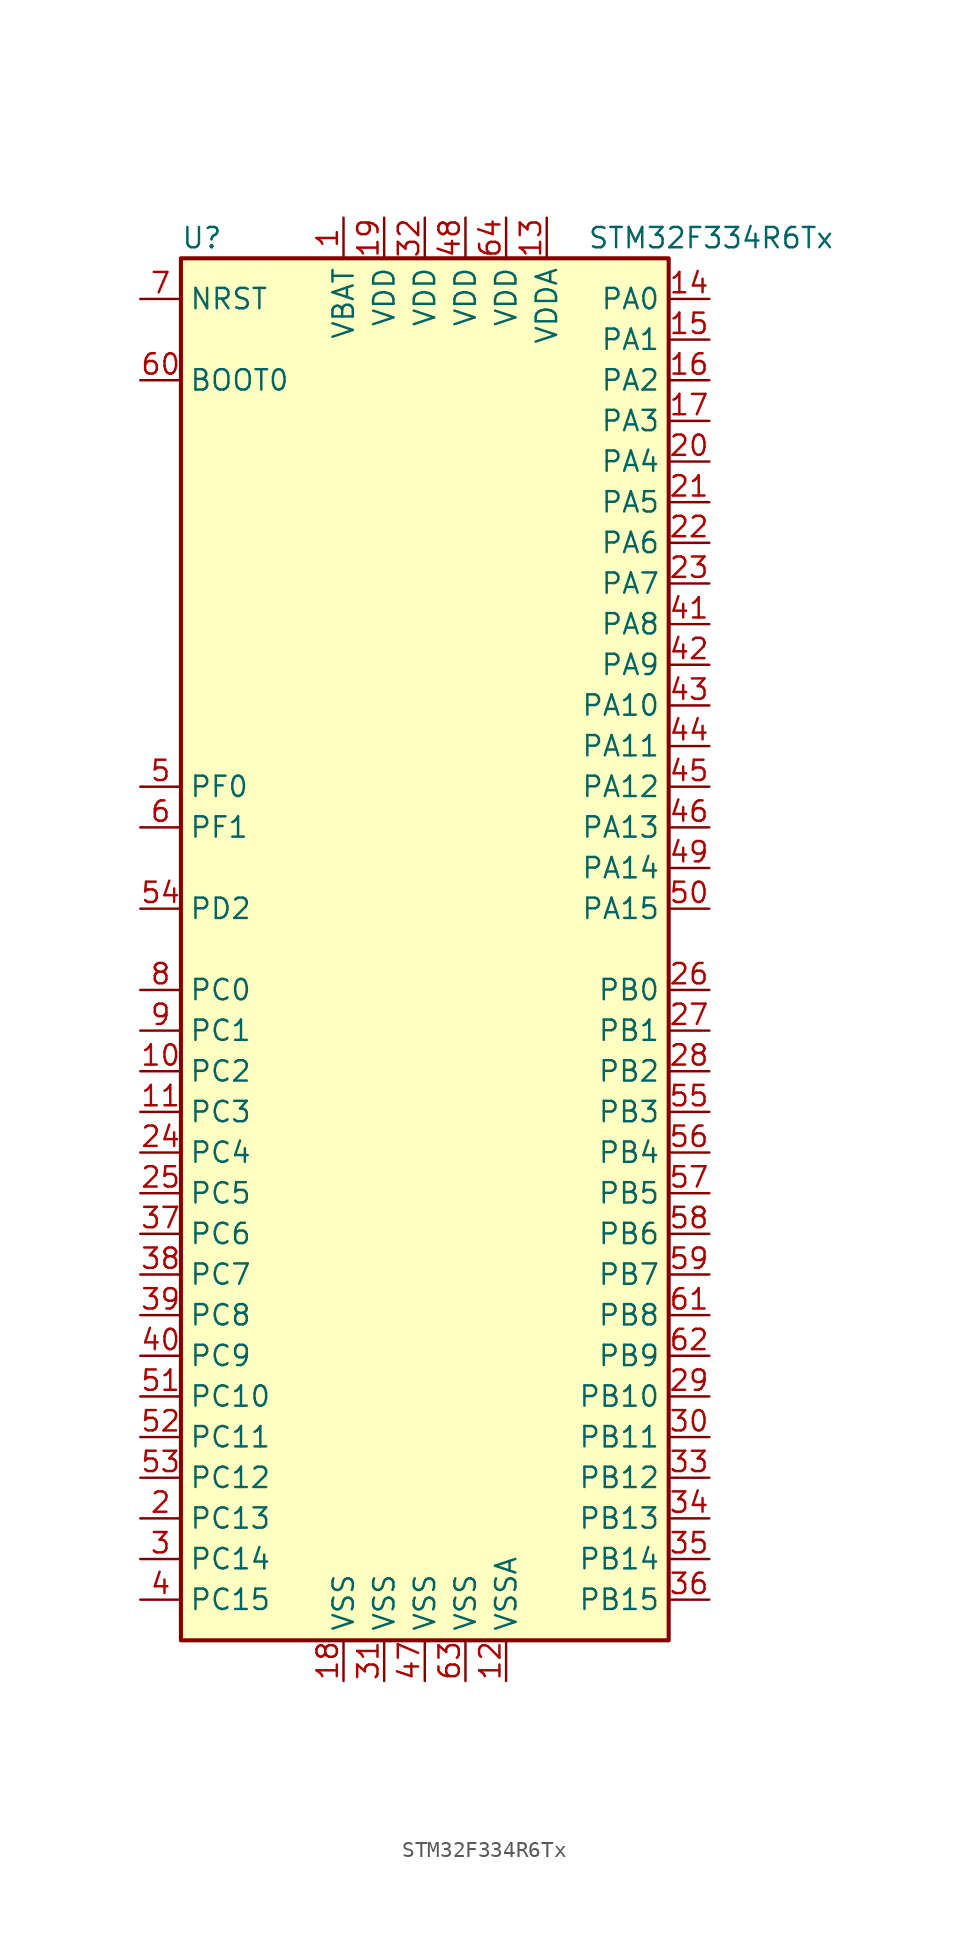
<source format=kicad_sym>
(kicad_symbol_lib
  (version 20201005)
  (generator kicad_symbol_editor)
  (symbol "STM32F334R6Tx"
    (property "Reference" "U"
      (at -15.24 44.45 0)
      (effects (font (size 1.27 1.27)) (justify left)))
    (property "Value" "STM32F334R6Tx"
      (at 10.16 44.45 0)
      (effects (font (size 1.27 1.27)) (justify left)))
    (symbol "STM32F334R6Tx_0_1"
      (rectangle (start -15.24 -43.18) (end 15.24 43.18) (stroke (width 0.254)) (fill (type background))))
    (symbol "STM32F334R6Tx_1_1"
      (pin input line (at -17.78 35.56 0) (length 2.54) (name "BOOT0" (effects (font (size 1.27 1.27)))) (number "60" (effects (font (size 1.27 1.27)))))
      (pin input line (at -17.78 40.64 0) (length 2.54) (name "NRST" (effects (font (size 1.27 1.27)))) (number "7" (effects (font (size 1.27 1.27)))))
      (pin bidirectional line (at 17.78 40.64 180) (length 2.54) (name "PA0" (effects (font (size 1.27 1.27)))) (number "14" (effects (font (size 1.27 1.27)))))
      (pin bidirectional line (at 17.78 38.1 180) (length 2.54) (name "PA1" (effects (font (size 1.27 1.27)))) (number "15" (effects (font (size 1.27 1.27)))))
      (pin bidirectional line (at 17.78 15.24 180) (length 2.54) (name "PA10" (effects (font (size 1.27 1.27)))) (number "43" (effects (font (size 1.27 1.27)))))
      (pin bidirectional line (at 17.78 12.7 180) (length 2.54) (name "PA11" (effects (font (size 1.27 1.27)))) (number "44" (effects (font (size 1.27 1.27)))))
      (pin bidirectional line (at 17.78 10.16 180) (length 2.54) (name "PA12" (effects (font (size 1.27 1.27)))) (number "45" (effects (font (size 1.27 1.27)))))
      (pin bidirectional line (at 17.78 7.62 180) (length 2.54) (name "PA13" (effects (font (size 1.27 1.27)))) (number "46" (effects (font (size 1.27 1.27)))))
      (pin bidirectional line (at 17.78 5.08 180) (length 2.54) (name "PA14" (effects (font (size 1.27 1.27)))) (number "49" (effects (font (size 1.27 1.27)))))
      (pin bidirectional line (at 17.78 2.54 180) (length 2.54) (name "PA15" (effects (font (size 1.27 1.27)))) (number "50" (effects (font (size 1.27 1.27)))))
      (pin bidirectional line (at 17.78 35.56 180) (length 2.54) (name "PA2" (effects (font (size 1.27 1.27)))) (number "16" (effects (font (size 1.27 1.27)))))
      (pin bidirectional line (at 17.78 33.02 180) (length 2.54) (name "PA3" (effects (font (size 1.27 1.27)))) (number "17" (effects (font (size 1.27 1.27)))))
      (pin bidirectional line (at 17.78 30.48 180) (length 2.54) (name "PA4" (effects (font (size 1.27 1.27)))) (number "20" (effects (font (size 1.27 1.27)))))
      (pin bidirectional line (at 17.78 27.94 180) (length 2.54) (name "PA5" (effects (font (size 1.27 1.27)))) (number "21" (effects (font (size 1.27 1.27)))))
      (pin bidirectional line (at 17.78 25.4 180) (length 2.54) (name "PA6" (effects (font (size 1.27 1.27)))) (number "22" (effects (font (size 1.27 1.27)))))
      (pin bidirectional line (at 17.78 22.86 180) (length 2.54) (name "PA7" (effects (font (size 1.27 1.27)))) (number "23" (effects (font (size 1.27 1.27)))))
      (pin bidirectional line (at 17.78 20.32 180) (length 2.54) (name "PA8" (effects (font (size 1.27 1.27)))) (number "41" (effects (font (size 1.27 1.27)))))
      (pin bidirectional line (at 17.78 17.78 180) (length 2.54) (name "PA9" (effects (font (size 1.27 1.27)))) (number "42" (effects (font (size 1.27 1.27)))))
      (pin bidirectional line (at 17.78 -2.54 180) (length 2.54) (name "PB0" (effects (font (size 1.27 1.27)))) (number "26" (effects (font (size 1.27 1.27)))))
      (pin bidirectional line (at 17.78 -5.08 180) (length 2.54) (name "PB1" (effects (font (size 1.27 1.27)))) (number "27" (effects (font (size 1.27 1.27)))))
      (pin bidirectional line (at 17.78 -27.94 180) (length 2.54) (name "PB10" (effects (font (size 1.27 1.27)))) (number "29" (effects (font (size 1.27 1.27)))))
      (pin bidirectional line (at 17.78 -30.48 180) (length 2.54) (name "PB11" (effects (font (size 1.27 1.27)))) (number "30" (effects (font (size 1.27 1.27)))))
      (pin bidirectional line (at 17.78 -33.02 180) (length 2.54) (name "PB12" (effects (font (size 1.27 1.27)))) (number "33" (effects (font (size 1.27 1.27)))))
      (pin bidirectional line (at 17.78 -35.56 180) (length 2.54) (name "PB13" (effects (font (size 1.27 1.27)))) (number "34" (effects (font (size 1.27 1.27)))))
      (pin bidirectional line (at 17.78 -38.1 180) (length 2.54) (name "PB14" (effects (font (size 1.27 1.27)))) (number "35" (effects (font (size 1.27 1.27)))))
      (pin bidirectional line (at 17.78 -40.64 180) (length 2.54) (name "PB15" (effects (font (size 1.27 1.27)))) (number "36" (effects (font (size 1.27 1.27)))))
      (pin bidirectional line (at 17.78 -7.62 180) (length 2.54) (name "PB2" (effects (font (size 1.27 1.27)))) (number "28" (effects (font (size 1.27 1.27)))))
      (pin bidirectional line (at 17.78 -10.16 180) (length 2.54) (name "PB3" (effects (font (size 1.27 1.27)))) (number "55" (effects (font (size 1.27 1.27)))))
      (pin bidirectional line (at 17.78 -12.7 180) (length 2.54) (name "PB4" (effects (font (size 1.27 1.27)))) (number "56" (effects (font (size 1.27 1.27)))))
      (pin bidirectional line (at 17.78 -15.24 180) (length 2.54) (name "PB5" (effects (font (size 1.27 1.27)))) (number "57" (effects (font (size 1.27 1.27)))))
      (pin bidirectional line (at 17.78 -17.78 180) (length 2.54) (name "PB6" (effects (font (size 1.27 1.27)))) (number "58" (effects (font (size 1.27 1.27)))))
      (pin bidirectional line (at 17.78 -20.32 180) (length 2.54) (name "PB7" (effects (font (size 1.27 1.27)))) (number "59" (effects (font (size 1.27 1.27)))))
      (pin bidirectional line (at 17.78 -22.86 180) (length 2.54) (name "PB8" (effects (font (size 1.27 1.27)))) (number "61" (effects (font (size 1.27 1.27)))))
      (pin bidirectional line (at 17.78 -25.4 180) (length 2.54) (name "PB9" (effects (font (size 1.27 1.27)))) (number "62" (effects (font (size 1.27 1.27)))))
      (pin bidirectional line (at -17.78 -2.54 0) (length 2.54) (name "PC0" (effects (font (size 1.27 1.27)))) (number "8" (effects (font (size 1.27 1.27)))))
      (pin bidirectional line (at -17.78 -5.08 0) (length 2.54) (name "PC1" (effects (font (size 1.27 1.27)))) (number "9" (effects (font (size 1.27 1.27)))))
      (pin bidirectional line (at -17.78 -27.94 0) (length 2.54) (name "PC10" (effects (font (size 1.27 1.27)))) (number "51" (effects (font (size 1.27 1.27)))))
      (pin bidirectional line (at -17.78 -30.48 0) (length 2.54) (name "PC11" (effects (font (size 1.27 1.27)))) (number "52" (effects (font (size 1.27 1.27)))))
      (pin bidirectional line (at -17.78 -33.02 0) (length 2.54) (name "PC12" (effects (font (size 1.27 1.27)))) (number "53" (effects (font (size 1.27 1.27)))))
      (pin bidirectional line (at -17.78 -35.56 0) (length 2.54) (name "PC13" (effects (font (size 1.27 1.27)))) (number "2" (effects (font (size 1.27 1.27)))))
      (pin bidirectional line (at -17.78 -38.1 0) (length 2.54) (name "PC14" (effects (font (size 1.27 1.27)))) (number "3" (effects (font (size 1.27 1.27)))))
      (pin bidirectional line (at -17.78 -40.64 0) (length 2.54) (name "PC15" (effects (font (size 1.27 1.27)))) (number "4" (effects (font (size 1.27 1.27)))))
      (pin bidirectional line (at -17.78 -7.62 0) (length 2.54) (name "PC2" (effects (font (size 1.27 1.27)))) (number "10" (effects (font (size 1.27 1.27)))))
      (pin bidirectional line (at -17.78 -10.16 0) (length 2.54) (name "PC3" (effects (font (size 1.27 1.27)))) (number "11" (effects (font (size 1.27 1.27)))))
      (pin bidirectional line (at -17.78 -12.7 0) (length 2.54) (name "PC4" (effects (font (size 1.27 1.27)))) (number "24" (effects (font (size 1.27 1.27)))))
      (pin bidirectional line (at -17.78 -15.24 0) (length 2.54) (name "PC5" (effects (font (size 1.27 1.27)))) (number "25" (effects (font (size 1.27 1.27)))))
      (pin bidirectional line (at -17.78 -17.78 0) (length 2.54) (name "PC6" (effects (font (size 1.27 1.27)))) (number "37" (effects (font (size 1.27 1.27)))))
      (pin bidirectional line (at -17.78 -20.32 0) (length 2.54) (name "PC7" (effects (font (size 1.27 1.27)))) (number "38" (effects (font (size 1.27 1.27)))))
      (pin bidirectional line (at -17.78 -22.86 0) (length 2.54) (name "PC8" (effects (font (size 1.27 1.27)))) (number "39" (effects (font (size 1.27 1.27)))))
      (pin bidirectional line (at -17.78 -25.4 0) (length 2.54) (name "PC9" (effects (font (size 1.27 1.27)))) (number "40" (effects (font (size 1.27 1.27)))))
      (pin bidirectional line (at -17.78 2.54 0) (length 2.54) (name "PD2" (effects (font (size 1.27 1.27)))) (number "54" (effects (font (size 1.27 1.27)))))
      (pin input line (at -17.78 10.16 0) (length 2.54) (name "PF0" (effects (font (size 1.27 1.27)))) (number "5" (effects (font (size 1.27 1.27)))))
      (pin input line (at -17.78 7.62 0) (length 2.54) (name "PF1" (effects (font (size 1.27 1.27)))) (number "6" (effects (font (size 1.27 1.27)))))
      (pin power_in line (at -5.08 45.72 270) (length 2.54) (name "VBAT" (effects (font (size 1.27 1.27)))) (number "1" (effects (font (size 1.27 1.27)))))
      (pin power_in line (at -2.54 45.72 270) (length 2.54) (name "VDD" (effects (font (size 1.27 1.27)))) (number "19" (effects (font (size 1.27 1.27)))))
      (pin power_in line (at 0 45.72 270) (length 2.54) (name "VDD" (effects (font (size 1.27 1.27)))) (number "32" (effects (font (size 1.27 1.27)))))
      (pin power_in line (at 2.54 45.72 270) (length 2.54) (name "VDD" (effects (font (size 1.27 1.27)))) (number "48" (effects (font (size 1.27 1.27)))))
      (pin power_in line (at 5.08 45.72 270) (length 2.54) (name "VDD" (effects (font (size 1.27 1.27)))) (number "64" (effects (font (size 1.27 1.27)))))
      (pin power_in line (at 7.62 45.72 270) (length 2.54) (name "VDDA" (effects (font (size 1.27 1.27)))) (number "13" (effects (font (size 1.27 1.27)))))
      (pin power_in line (at -5.08 -45.72 90) (length 2.54) (name "VSS" (effects (font (size 1.27 1.27)))) (number "18" (effects (font (size 1.27 1.27)))))
      (pin power_in line (at -2.54 -45.72 90) (length 2.54) (name "VSS" (effects (font (size 1.27 1.27)))) (number "31" (effects (font (size 1.27 1.27)))))
      (pin power_in line (at 0 -45.72 90) (length 2.54) (name "VSS" (effects (font (size 1.27 1.27)))) (number "47" (effects (font (size 1.27 1.27)))))
      (pin power_in line (at 2.54 -45.72 90) (length 2.54) (name "VSS" (effects (font (size 1.27 1.27)))) (number "63" (effects (font (size 1.27 1.27)))))
      (pin power_in line (at 5.08 -45.72 90) (length 2.54) (name "VSSA" (effects (font (size 1.27 1.27)))) (number "12" (effects (font (size 1.27 1.27))))))))
</source>
